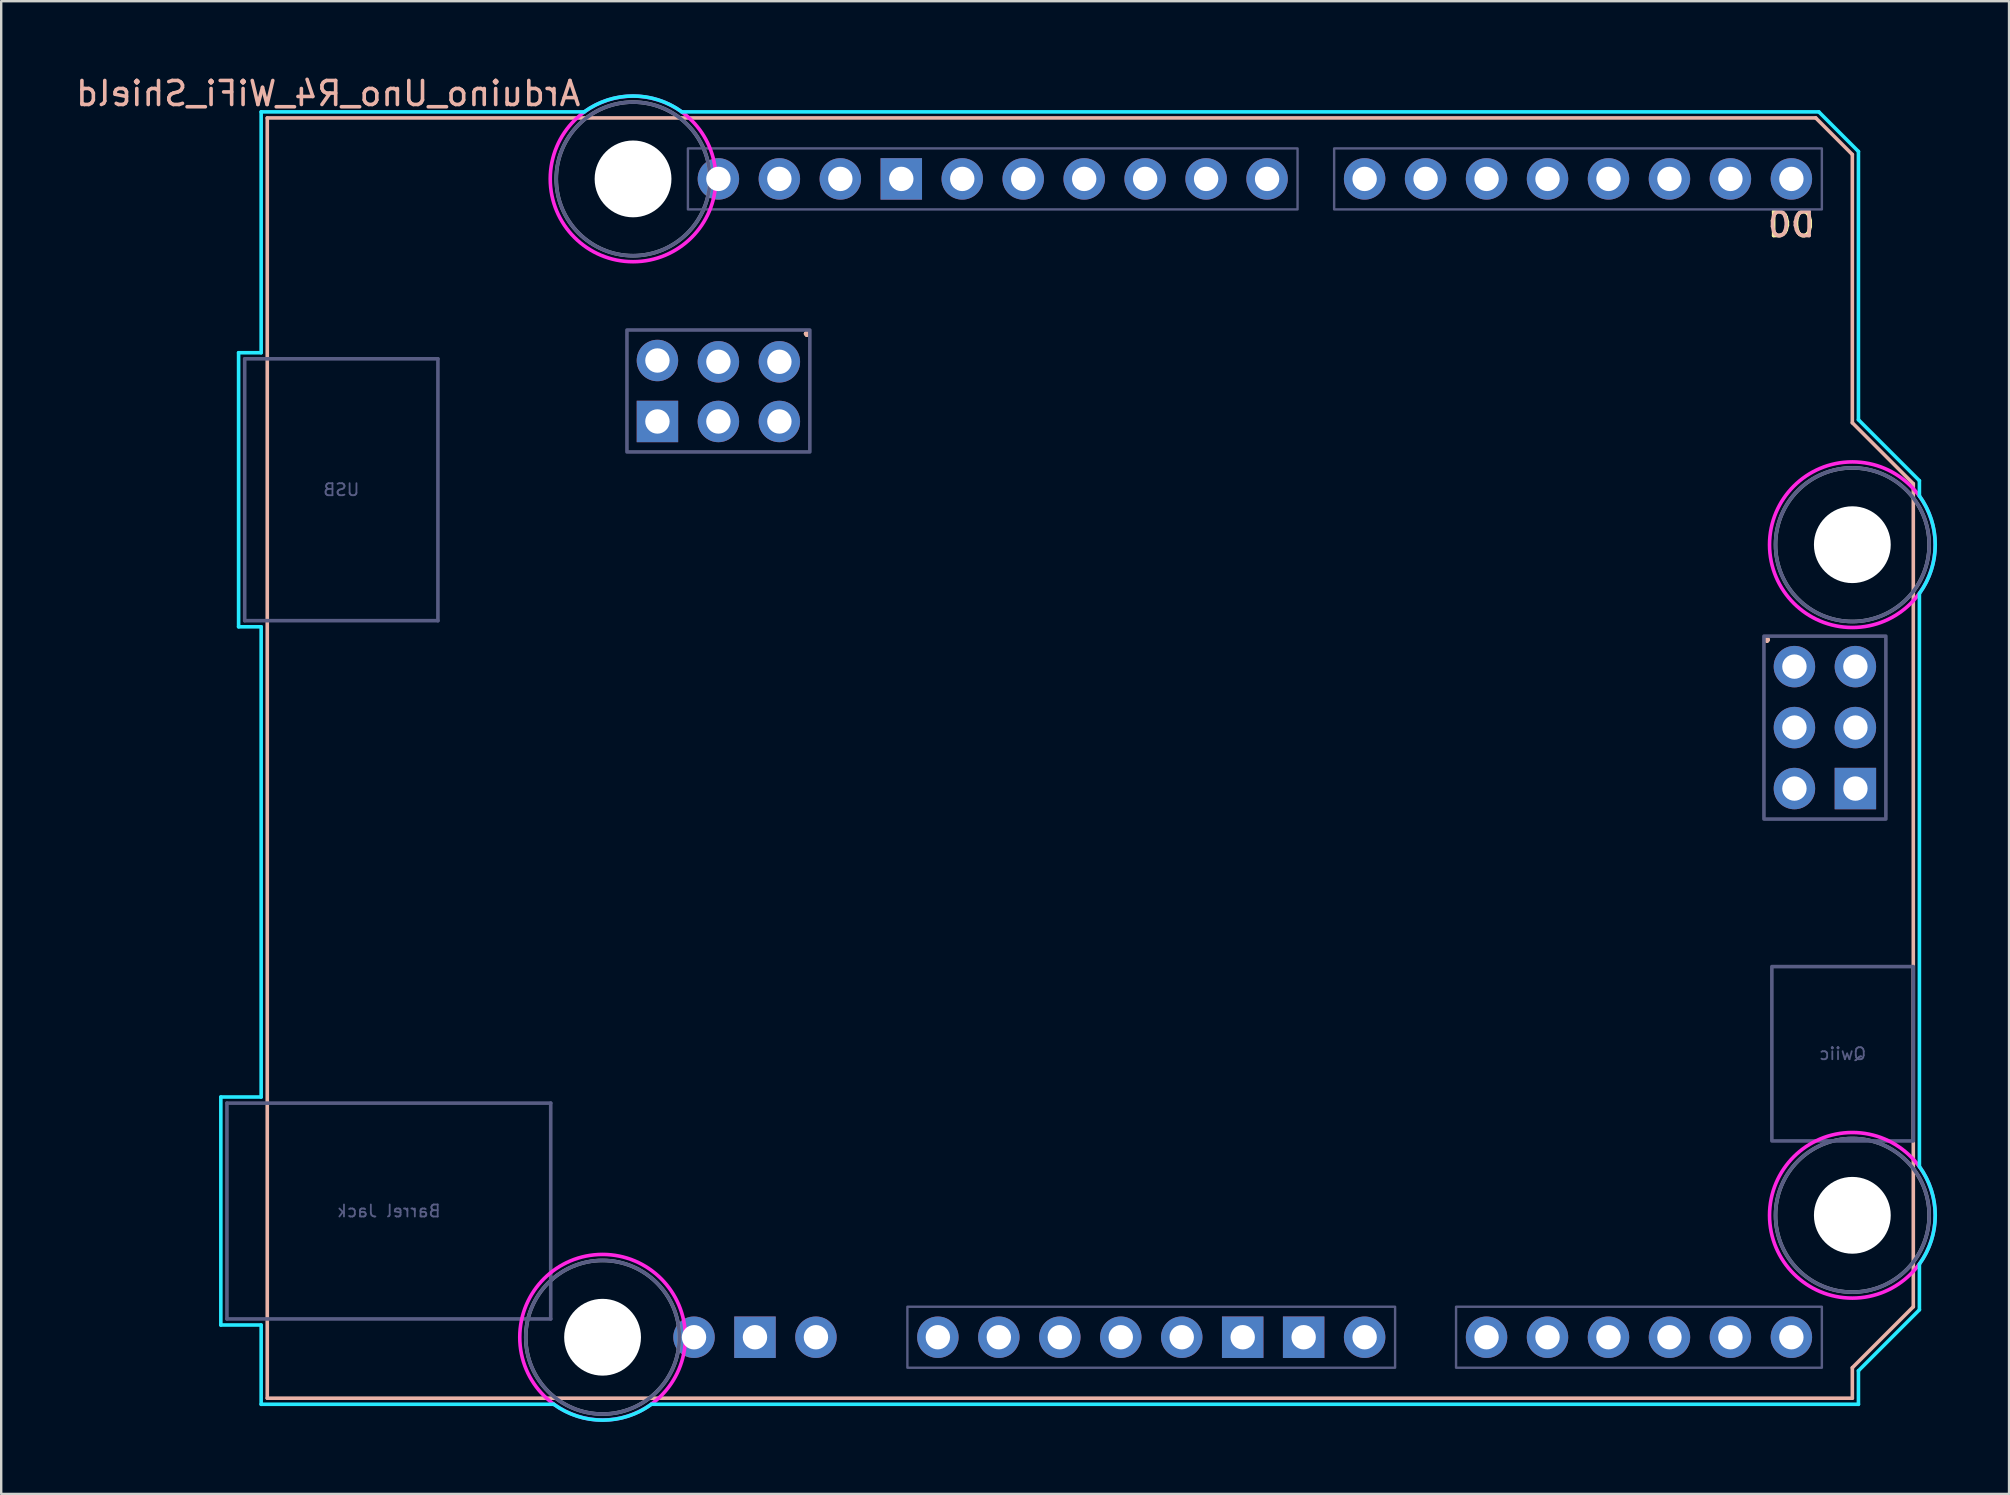
<source format=kicad_pcb>
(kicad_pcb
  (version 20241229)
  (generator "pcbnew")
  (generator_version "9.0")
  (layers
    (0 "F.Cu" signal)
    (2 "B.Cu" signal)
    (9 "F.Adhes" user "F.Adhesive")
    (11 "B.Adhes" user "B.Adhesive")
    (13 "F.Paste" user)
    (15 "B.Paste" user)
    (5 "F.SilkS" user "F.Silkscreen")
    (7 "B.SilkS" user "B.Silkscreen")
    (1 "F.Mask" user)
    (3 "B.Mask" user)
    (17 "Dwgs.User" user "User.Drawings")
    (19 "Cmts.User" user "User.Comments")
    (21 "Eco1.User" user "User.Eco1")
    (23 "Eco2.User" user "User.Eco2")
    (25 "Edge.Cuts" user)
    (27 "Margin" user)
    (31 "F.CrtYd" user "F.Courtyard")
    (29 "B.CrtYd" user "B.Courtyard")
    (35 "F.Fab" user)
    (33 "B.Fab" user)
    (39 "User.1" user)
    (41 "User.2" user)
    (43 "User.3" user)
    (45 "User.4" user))
  (footprint "Arduino_Uno_R4_WiFi_Shield"
    (layer "F.Cu")
    (at 8.085 55.204)
    (property "Reference" "Arduino_Uno_R4_WiFi_Shield" (at 2.54 -54.356 0) (layer "B.SilkS") (effects (font (size 1 1) (thickness 0.15)) (justify mirror)))
    (attr through_hole)
    (fp_line (start 0 -53.34) (end 0 0) (stroke (width 0.15) (type solid)) (layer "B.SilkS"))
    (fp_line (start 0 -53.34) (end 64.516 -53.34) (stroke (width 0.15) (type solid)) (layer "B.SilkS"))
    (fp_line (start 0 0) (end 66.04 0) (stroke (width 0.15) (type solid)) (layer "B.SilkS"))
    (fp_line (start 64.516 -53.34) (end 66.04 -51.816) (stroke (width 0.15) (type solid)) (layer "B.SilkS"))
    (fp_line (start 66.04 -40.64) (end 66.04 -51.816) (stroke (width 0.15) (type solid)) (layer "B.SilkS"))
    (fp_line (start 66.04 -1.27) (end 68.58 -3.81) (stroke (width 0.15) (type solid)) (layer "B.SilkS"))
    (fp_line (start 66.04 0) (end 66.04 -1.27) (stroke (width 0.15) (type solid)) (layer "B.SilkS"))
    (fp_line (start 68.58 -38.1) (end 66.04 -40.64) (stroke (width 0.15) (type solid)) (layer "B.SilkS"))
    (fp_line (start 68.58 -3.81) (end 68.58 -38.1) (stroke (width 0.15) (type solid)) (layer "B.SilkS"))
    (fp_line (start -1.934 -12.548) (end -1.934 -3.049) (stroke (width 0.15) (type solid)) (layer "B.CrtYd"))
    (fp_line (start -1.934 -12.548) (end -0.254 -12.548) (stroke (width 0.15) (type solid)) (layer "B.CrtYd"))
    (fp_line (start -1.934 -3.049) (end -0.254 -3.049) (stroke (width 0.15) (type solid)) (layer "B.CrtYd"))
    (fp_line (start -1.194 -43.558) (end -0.254 -43.558) (stroke (width 0.15) (type solid)) (layer "B.CrtYd"))
    (fp_line (start -1.194 -32.14) (end -1.194 -43.558) (stroke (width 0.15) (type solid)) (layer "B.CrtYd"))
    (fp_line (start -0.254 -53.594) (end -0.254 -43.558) (stroke (width 0.15) (type solid)) (layer "B.CrtYd"))
    (fp_line (start -0.254 -32.14) (end -1.194 -32.14) (stroke (width 0.15) (type solid)) (layer "B.CrtYd"))
    (fp_line (start -0.254 -32.14) (end -0.254 -12.548) (stroke (width 0.15) (type solid)) (layer "B.CrtYd"))
    (fp_line (start -0.254 -3.049) (end -0.254 0.254) (stroke (width 0.15) (type solid)) (layer "B.CrtYd"))
    (fp_line (start 11.938 0.254) (end -0.254 0.254) (stroke (width 0.15) (type solid)) (layer "B.CrtYd"))
    (fp_line (start 13.208 -53.594) (end -0.254 -53.594) (stroke (width 0.15) (type solid)) (layer "B.CrtYd"))
    (fp_line (start 16.002 0.254) (end 66.294 0.254) (stroke (width 0.15) (type solid)) (layer "B.CrtYd"))
    (fp_line (start 17.272 -53.594) (end 64.643 -53.594) (stroke (width 0.15) (type solid)) (layer "B.CrtYd"))
    (fp_line (start 64.643 -53.594) (end 66.294 -51.943) (stroke (width 0.15) (type solid)) (layer "B.CrtYd"))
    (fp_line (start 66.294 -40.767) (end 66.294 -51.943) (stroke (width 0.15) (type solid)) (layer "B.CrtYd"))
    (fp_line (start 66.294 -1.143) (end 68.834 -3.683) (stroke (width 0.15) (type solid)) (layer "B.CrtYd"))
    (fp_line (start 66.294 0.254) (end 66.294 -1.143) (stroke (width 0.15) (type solid)) (layer "B.CrtYd"))
    (fp_line (start 68.834 -38.227) (end 66.294 -40.767) (stroke (width 0.15) (type solid)) (layer "B.CrtYd"))
    (fp_line (start 68.834 -38.227) (end 68.834 -37.592) (stroke (width 0.15) (type solid)) (layer "B.CrtYd"))
    (fp_line (start 68.834 -9.652) (end 68.834 -33.528) (stroke (width 0.15) (type solid)) (layer "B.CrtYd"))
    (fp_line (start 68.834 -5.588) (end 68.834 -3.683) (stroke (width 0.15) (type solid)) (layer "B.CrtYd"))
    (fp_arc (start 13.208 -53.594) (mid 15.24 -54.254237) (end 17.272 -53.594) (stroke (width 0.15) (type solid)) (layer "B.CrtYd"))
    (fp_arc (start 16.002 0.254) (mid 13.97 0.914237) (end 11.938 0.254) (stroke (width 0.15) (type solid)) (layer "B.CrtYd"))
    (fp_arc (start 68.834 -37.592) (mid 69.494238 -35.56) (end 68.834 -33.528) (stroke (width 0.15) (type solid)) (layer "B.CrtYd"))
    (fp_arc (start 68.834 -9.652) (mid 69.494238 -7.62) (end 68.834 -5.588) (stroke (width 0.15) (type solid)) (layer "B.CrtYd"))
    (fp_circle (center 13.97 -2.54) (end 17.42 -2.54) (stroke (width 0.15) (type solid)) (fill no) (layer "F.CrtYd"))
    (fp_circle (center 15.24 -50.8) (end 18.69 -50.8) (stroke (width 0.15) (type solid)) (fill no) (layer "F.CrtYd"))
    (fp_circle (center 66.04 -35.56) (end 69.49 -35.56) (stroke (width 0.15) (type solid)) (fill no) (layer "F.CrtYd"))
    (fp_circle (center 66.04 -7.62) (end 69.49 -7.62) (stroke (width 0.15) (type solid)) (fill no) (layer "F.CrtYd"))
    (fp_line (start -1.68 -12.294) (end -1.68 -3.303) (stroke (width 0.15) (type solid)) (layer "B.Fab"))
    (fp_line (start -1.68 -12.294) (end 11.81 -12.294) (stroke (width 0.15) (type solid)) (layer "B.Fab"))
    (fp_line (start -1.68 -3.303) (end 11.81 -3.303) (stroke (width 0.15) (type solid)) (layer "B.Fab"))
    (fp_line (start -0.94 -43.304) (end 7.11 -43.304) (stroke (width 0.15) (type solid)) (layer "B.Fab"))
    (fp_line (start -0.94 -32.394) (end -0.94 -43.304) (stroke (width 0.15) (type solid)) (layer "B.Fab"))
    (fp_line (start -0.94 -32.394) (end 7.11 -32.394) (stroke (width 0.15) (type solid)) (layer "B.Fab"))
    (fp_line (start 7.11 -32.394) (end 7.11 -43.304) (stroke (width 0.15) (type solid)) (layer "B.Fab"))
    (fp_line (start 11.81 -12.294) (end 11.81 -3.303) (stroke (width 0.15) (type solid)) (layer "B.Fab"))
    (fp_rect (start 14.986 -39.424) (end 22.606 -44.504) (stroke (width 0.15) (type solid)) (fill no) (layer "B.Fab"))
    (fp_rect (start 17.526 -52.07) (end 42.926 -49.53) (stroke (width 0.1) (type solid)) (fill no) (layer "B.Fab"))
    (fp_rect (start 26.67 -3.81) (end 46.99 -1.27) (stroke (width 0.1) (type solid)) (fill no) (layer "B.Fab"))
    (fp_rect (start 44.45 -52.07) (end 64.77 -49.53) (stroke (width 0.1) (type solid)) (fill no) (layer "B.Fab"))
    (fp_rect (start 49.53 -3.81) (end 64.77 -1.27) (stroke (width 0.1) (type solid)) (fill no) (layer "B.Fab"))
    (fp_rect (start 62.357 -31.75) (end 67.437 -24.13) (stroke (width 0.15) (type solid)) (fill no) (layer "B.Fab"))
    (fp_rect (start 68.58 -10.719) (end 62.687 -17.983) (stroke (width 0.15) (type solid)) (fill no) (layer "B.Fab"))
    (fp_circle (center 13.97 -2.54) (end 17.17 -2.54) (stroke (width 0.15) (type solid)) (fill no) (layer "B.Fab"))
    (fp_circle (center 15.24 -50.8) (end 18.44 -50.8) (stroke (width 0.15) (type solid)) (fill no) (layer "B.Fab"))
    (fp_circle (center 66.04 -35.56) (end 69.24 -35.56) (stroke (width 0.15) (type solid)) (fill no) (layer "B.Fab"))
    (fp_circle (center 66.04 -7.62) (end 69.24 -7.62) (stroke (width 0.15) (type solid)) (fill no) (layer "B.Fab"))
    (fp_circle (center 13.97 -2.54) (end 17.17 -2.54) (stroke (width 0.15) (type solid)) (fill no) (layer "F.Fab"))
    (fp_circle (center 15.24 -50.8) (end 18.44 -50.8) (stroke (width 0.15) (type solid)) (fill no) (layer "F.Fab"))
    (fp_circle (center 66.04 -35.56) (end 69.24 -35.56) (stroke (width 0.15) (type solid)) (fill no) (layer "F.Fab"))
    (fp_circle (center 66.04 -7.62) (end 69.24 -7.62) (stroke (width 0.15) (type solid)) (fill no) (layer "F.Fab"))
    (fp_text user "." (at 22.479 -44.755 0) (layer "F.SilkS") (effects (font (size 1 1) (thickness 0.15))))
    (fp_text user "D0" (at 63.5 -48.895 0) (unlocked yes) (layer "F.SilkS") (effects (font (size 1 1) (thickness 0.15))))
    (fp_text user "." (at 62.484 -32.004 0) (layer "F.SilkS") (effects (font (size 1 1) (thickness 0.15))))
    (fp_text user "." (at 22.479 -44.755 0) (layer "B.SilkS") (effects (font (size 1 1) (thickness 0.15))))
    (fp_text user "." (at 62.484 -32.004 0) (layer "B.SilkS") (effects (font (size 1 1) (thickness 0.15))))
    (fp_text user "D0" (at 63.5 -48.895 0) (unlocked yes) (layer "B.SilkS") (effects (font (size 1 1) (thickness 0.15)) (justify mirror)))
    (fp_text user "Barrel Jack" (at 5.065 -7.798 0) (layer "B.Fab") (effects (font (size 0.5 0.5) (thickness 0.075)) (justify mirror)))
    (fp_text user "USB" (at 3.085 -37.849 0) (layer "B.Fab") (effects (font (size 0.5 0.5) (thickness 0.075)) (justify mirror)))
    (fp_text user "Qwiic" (at 65.634 -14.351 0) (layer "B.Fab") (effects (font (size 0.5 0.5) (thickness 0.075)) (justify mirror)))
    (pad "" np_thru_hole circle (at 13.97 -2.54) (size 3.2 3.2) (drill 3.2) (layers "*.Cu" "*.Mask"))
    (pad "" np_thru_hole circle (at 15.24 -50.8) (size 3.2 3.2) (drill 3.2) (layers "*.Cu" "*.Mask"))
    (pad "" np_thru_hole circle (at 66.04 -35.56) (size 3.2 3.2) (drill 3.2) (layers "*.Cu" "*.Mask"))
    (pad "" np_thru_hole circle (at 66.04 -7.62) (size 3.2 3.2) (drill 3.2) (layers "*.Cu" "*.Mask"))
    (pad "3V3" thru_hole oval (at 35.56 -2.54) (size 1.727 1.727) (drill 1.016) (layers "*.Cu" "*.Mask"))
    (pad "5V1" thru_hole oval (at 38.1 -2.54) (size 1.727 1.727) (drill 1.016) (layers "*.Cu" "*.Mask"))
    (pad "5V2" thru_hole oval (at 66.167 -30.48) (size 1.727 1.727) (drill 1.016) (layers "*.Cu" "*.Mask"))
    (pad "A0" thru_hole oval (at 50.8 -2.54) (size 1.727 1.727) (drill 1.016) (layers "*.Cu" "*.Mask"))
    (pad "A1" thru_hole oval (at 53.34 -2.54) (size 1.727 1.727) (drill 1.016) (layers "*.Cu" "*.Mask"))
    (pad "A2" thru_hole oval (at 55.88 -2.54) (size 1.727 1.727) (drill 1.016) (layers "*.Cu" "*.Mask"))
    (pad "A3" thru_hole oval (at 58.42 -2.54) (size 1.727 1.727) (drill 1.016) (layers "*.Cu" "*.Mask"))
    (pad "A4" thru_hole oval (at 60.96 -2.54) (size 1.727 1.727) (drill 1.016) (layers "*.Cu" "*.Mask"))
    (pad "A5" thru_hole oval (at 63.5 -2.54) (size 1.727 1.727) (drill 1.016) (layers "*.Cu" "*.Mask"))
    (pad "AREF" thru_hole oval (at 23.876 -50.8) (size 1.727 1.727) (drill 1.016) (layers "*.Cu" "*.Mask"))
    (pad "BOOT" thru_hole oval (at 27.94 -2.54) (size 1.727 1.727) (drill 1.016) (layers "*.Cu" "*.Mask"))
    (pad "D0" thru_hole oval (at 63.5 -50.8) (size 1.727 1.727) (drill 1.016) (layers "*.Cu" "*.Mask"))
    (pad "D1" thru_hole oval (at 60.96 -50.8) (size 1.727 1.727) (drill 1.016) (layers "*.Cu" "*.Mask"))
    (pad "D2" thru_hole oval (at 58.42 -50.8) (size 1.727 1.727) (drill 1.016) (layers "*.Cu" "*.Mask"))
    (pad "D3" thru_hole oval (at 55.88 -50.8) (size 1.727 1.727) (drill 1.016) (layers "*.Cu" "*.Mask"))
    (pad "D4" thru_hole oval (at 53.34 -50.8) (size 1.727 1.727) (drill 1.016) (layers "*.Cu" "*.Mask"))
    (pad "D5" thru_hole oval (at 50.8 -50.8) (size 1.727 1.727) (drill 1.016) (layers "*.Cu" "*.Mask"))
    (pad "D6" thru_hole oval (at 48.26 -50.8) (size 1.727 1.727) (drill 1.016) (layers "*.Cu" "*.Mask"))
    (pad "D7" thru_hole oval (at 45.72 -50.8) (size 1.727 1.727) (drill 1.016) (layers "*.Cu" "*.Mask"))
    (pad "D8" thru_hole oval (at 41.656 -50.8) (size 1.727 1.727) (drill 1.016) (layers "*.Cu" "*.Mask"))
    (pad "D9" thru_hole oval (at 39.116 -50.8) (size 1.727 1.727) (drill 1.016) (layers "*.Cu" "*.Mask"))
    (pad "D10" thru_hole oval (at 36.576 -50.8) (size 1.727 1.727) (drill 1.016) (layers "*.Cu" "*.Mask"))
    (pad "D11" thru_hole oval (at 34.036 -50.8) (size 1.727 1.727) (drill 1.016) (layers "*.Cu" "*.Mask"))
    (pad "D12" thru_hole oval (at 31.496 -50.8) (size 1.727 1.727) (drill 1.016) (layers "*.Cu" "*.Mask"))
    (pad "D13" thru_hole oval (at 28.956 -50.8) (size 1.727 1.727) (drill 1.016) (layers "*.Cu" "*.Mask"))
    (pad "ESP1" thru_hole oval (at 21.336 -43.18) (size 1.727 1.727) (drill 1.016) (layers "*.Cu" "*.Mask"))
    (pad "ESP2" thru_hole oval (at 21.336 -40.694) (size 1.727 1.727) (drill 1.016) (layers "*.Cu" "*.Mask"))
    (pad "ESP3" thru_hole oval (at 18.796 -43.18) (size 1.727 1.727) (drill 1.016) (layers "*.Cu" "*.Mask"))
    (pad "ESP4" thru_hole oval (at 18.796 -40.694) (size 1.727 1.727) (drill 1.016) (layers "*.Cu" "*.Mask"))
    (pad "ESP5" thru_hole oval (at 16.256 -43.234) (size 1.727 1.727) (drill 1.016) (layers "*.Cu" "*.Mask"))
    (pad "GND1" thru_hole rect (at 26.416 -50.8) (size 1.727 1.727) (drill 1.016) (layers "*.Cu" "*.Mask"))
    (pad "GND2" thru_hole rect (at 40.64 -2.54) (size 1.727 1.727) (drill 1.016) (layers "*.Cu" "*.Mask"))
    (pad "GND3" thru_hole rect (at 43.18 -2.54) (size 1.727 1.727) (drill 1.016) (layers "*.Cu" "*.Mask"))
    (pad "GND4" thru_hole rect (at 16.256 -40.694) (size 1.727 1.727) (drill 1.016) (layers "*.Cu" "*.Mask"))
    (pad "GND4" thru_hole rect (at 66.167 -25.4) (size 1.727 1.727) (drill 1.016) (layers "*.Cu" "*.Mask"))
    (pad "GND5" thru_hole rect (at 20.32 -2.54) (size 1.727 1.727) (drill 1.016) (layers "*.Cu" "*.Mask"))
    (pad "IORF" thru_hole oval (at 30.48 -2.54) (size 1.727 1.727) (drill 1.016) (layers "*.Cu" "*.Mask"))
    (pad "MISO" thru_hole oval (at 63.627 -30.48) (size 1.727 1.727) (drill 1.016) (layers "*.Cu" "*.Mask"))
    (pad "MOSI" thru_hole oval (at 66.167 -27.94) (size 1.727 1.727) (drill 1.016) (layers "*.Cu" "*.Mask"))
    (pad "OFF" thru_hole oval (at 17.78 -2.54) (size 1.727 1.727) (drill 1.016) (layers "*.Cu" "*.Mask"))
    (pad "RST1" thru_hole oval (at 33.02 -2.54) (size 1.727 1.727) (drill 1.016) (layers "*.Cu" "*.Mask"))
    (pad "RST2" thru_hole oval (at 63.627 -25.4) (size 1.727 1.727) (drill 1.016) (layers "*.Cu" "*.Mask"))
    (pad "SCK" thru_hole oval (at 63.627 -27.94) (size 1.727 1.727) (drill 1.016) (layers "*.Cu" "*.Mask"))
    (pad "SCL" thru_hole oval (at 18.796 -50.8) (size 1.727 1.727) (drill 1.016) (layers "*.Cu" "*.Mask"))
    (pad "SDA" thru_hole oval (at 21.336 -50.8) (size 1.727 1.727) (drill 1.016) (layers "*.Cu" "*.Mask"))
    (pad "VBAT" thru_hole oval (at 22.86 -2.54) (size 1.727 1.727) (drill 1.016) (layers "*.Cu" "*.Mask"))
    (pad "VIN" thru_hole oval (at 45.72 -2.54) (size 1.727 1.727) (drill 1.016) (layers "*.Cu" "*.Mask")))
  (gr_rect
    (start -3 -3)
    (end 80.654 59.193)
    (stroke (width 0.1) (type default))
    (fill no)
    (layer "Edge.Cuts")))
</source>
